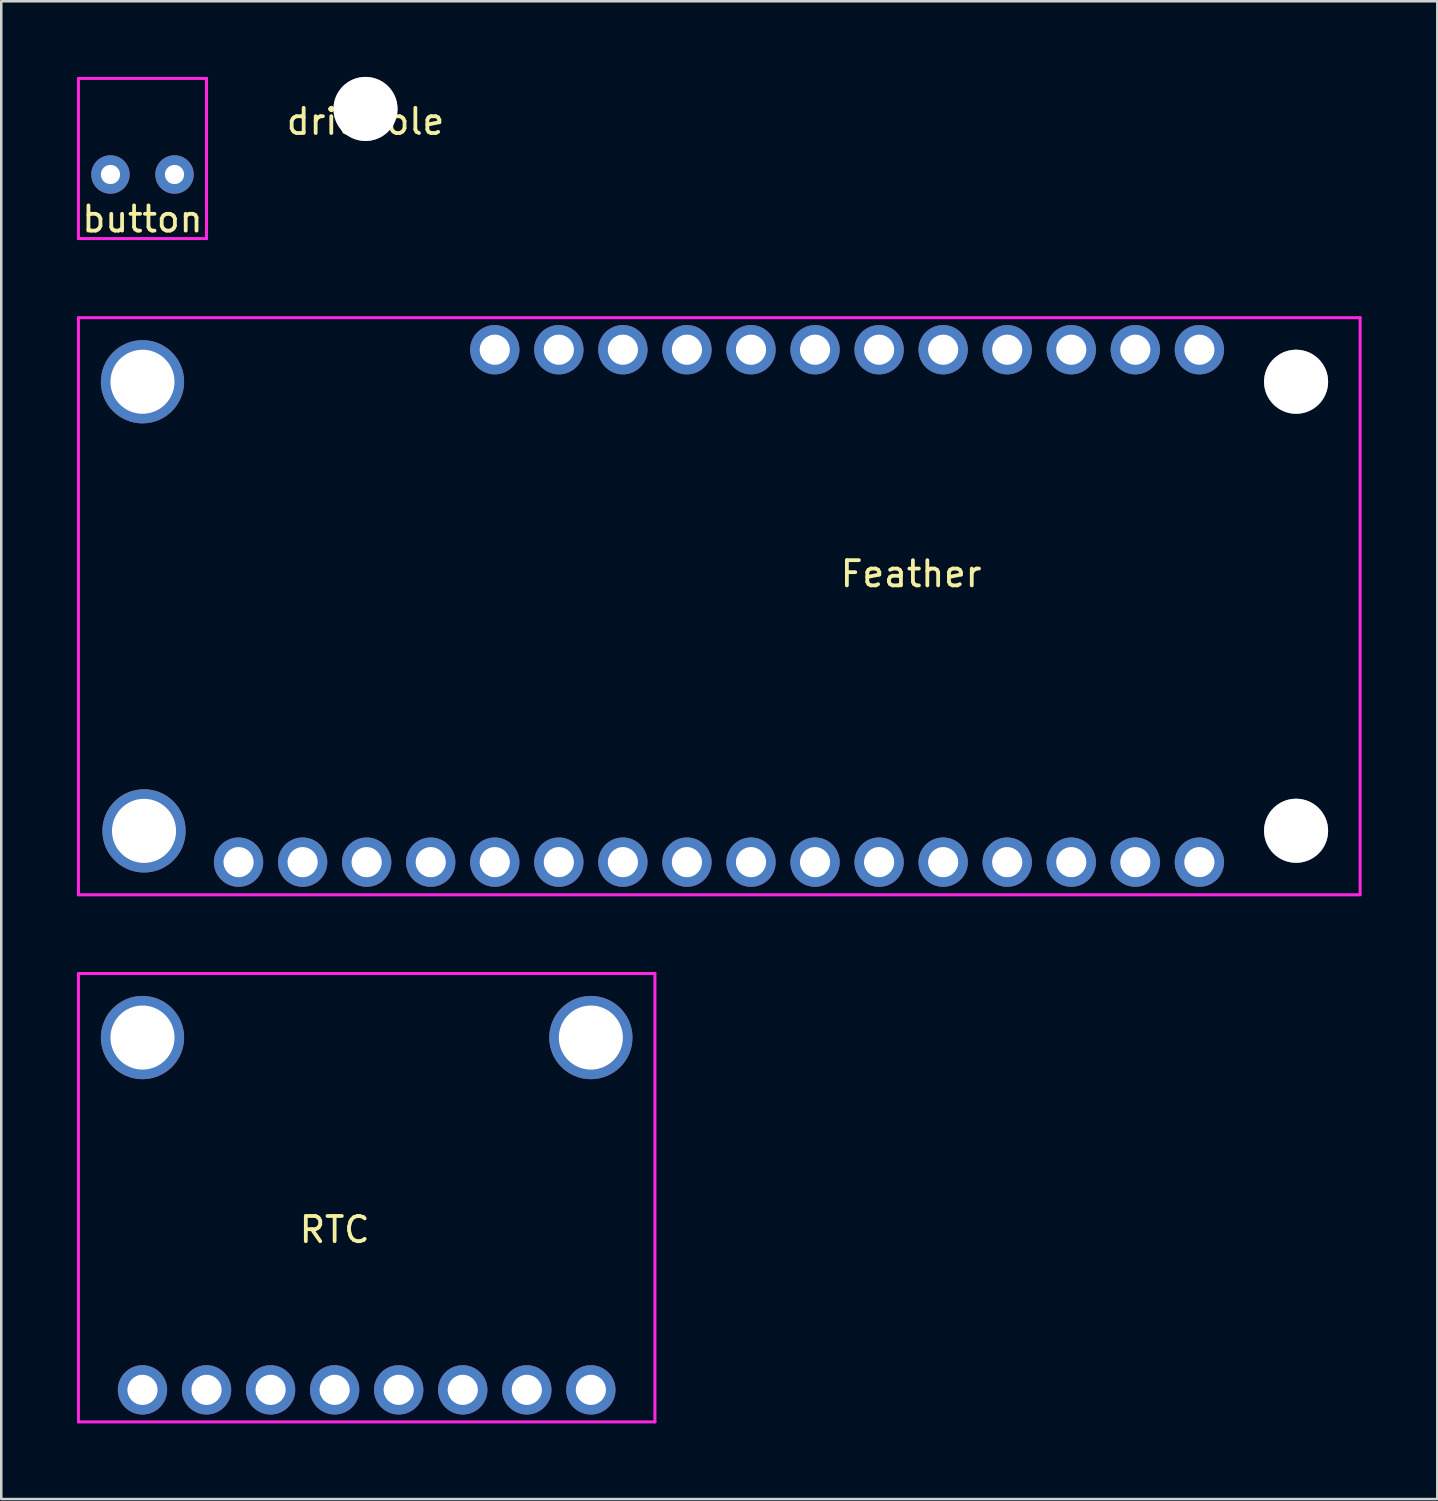
<source format=kicad_pcb>
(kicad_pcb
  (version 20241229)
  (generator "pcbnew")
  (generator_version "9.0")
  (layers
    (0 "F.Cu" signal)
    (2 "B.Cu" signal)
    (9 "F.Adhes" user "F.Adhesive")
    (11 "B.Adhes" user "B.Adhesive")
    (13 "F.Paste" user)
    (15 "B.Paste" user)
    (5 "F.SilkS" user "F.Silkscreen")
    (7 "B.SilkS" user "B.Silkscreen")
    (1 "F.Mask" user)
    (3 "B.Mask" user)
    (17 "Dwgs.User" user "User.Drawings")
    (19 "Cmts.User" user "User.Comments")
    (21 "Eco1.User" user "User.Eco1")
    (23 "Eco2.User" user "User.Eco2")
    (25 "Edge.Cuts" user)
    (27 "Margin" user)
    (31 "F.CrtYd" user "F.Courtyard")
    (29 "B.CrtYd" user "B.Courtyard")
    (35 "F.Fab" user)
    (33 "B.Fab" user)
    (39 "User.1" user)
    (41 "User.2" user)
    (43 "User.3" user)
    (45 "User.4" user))
  (footprint "Feather"
    (layer "F.Cu")
    (at 2.6 12.088)
    (property "Reference" "Feather" (at 30.48 7.62 180) (layer "F.SilkS") (effects (font (size 1 1) (thickness 0.15))))
    (attr through_hole)
    (fp_line (start -2.54 -2.54) (end 48.285 -2.54) (stroke (width 0.12) (type solid)) (layer "F.CrtYd"))
    (fp_line (start -2.54 20.345) (end -2.54 -2.54) (stroke (width 0.12) (type solid)) (layer "F.CrtYd"))
    (fp_line (start 48.285 -2.54) (end 48.285 20.32) (stroke (width 0.12) (type solid)) (layer "F.CrtYd"))
    (fp_line (start 48.285 20.345) (end -2.54 20.345) (stroke (width 0.12) (type solid)) (layer "F.CrtYd"))
    (pad "" thru_hole circle (at 0 0) (size 3.302 3.302) (drill 2.54) (layers "*.Cu" "*.Mask"))
    (pad "" thru_hole circle (at 0.061 17.81) (size 3.302 3.302) (drill 2.54) (layers "*.Cu" "*.Mask"))
    (pad "" thru_hole circle (at 45.745 0) (size 2.54 2.54) (drill 2.54) (layers "*.Cu" "*.Mask"))
    (pad "" thru_hole circle (at 45.745 17.805) (size 2.54 2.54) (drill 2.54) (layers "*.Cu" "*.Mask"))
    (pad "+3V3" thru_hole circle (at 6.35 19.05) (size 1.956 1.956) (drill 1.194) (layers "*.Cu" "*.Mask"))
    (pad "0" thru_hole circle (at 36.83 19.05) (size 1.956 1.956) (drill 1.194) (layers "*.Cu" "*.Mask"))
    (pad "1" thru_hole circle (at 39.37 19.05) (size 1.956 1.956) (drill 1.194) (layers "*.Cu" "*.Mask"))
    (pad "2" thru_hole circle (at 41.91 -1.27) (size 1.956 1.956) (drill 1.194) (layers "*.Cu" "*.Mask"))
    (pad "3" thru_hole circle (at 39.37 -1.27) (size 1.956 1.956) (drill 1.194) (layers "*.Cu" "*.Mask"))
    (pad "5" thru_hole circle (at 36.83 -1.27) (size 1.956 1.956) (drill 1.194) (layers "*.Cu" "*.Mask"))
    (pad "6" thru_hole circle (at 34.29 -1.27) (size 1.956 1.956) (drill 1.194) (layers "*.Cu" "*.Mask"))
    (pad "9" thru_hole circle (at 31.75 -1.27) (size 1.956 1.956) (drill 1.194) (layers "*.Cu" "*.Mask"))
    (pad "10" thru_hole circle (at 29.21 -1.27) (size 1.956 1.956) (drill 1.194) (layers "*.Cu" "*.Mask"))
    (pad "11" thru_hole circle (at 26.67 -1.27) (size 1.956 1.956) (drill 1.194) (layers "*.Cu" "*.Mask"))
    (pad "12" thru_hole circle (at 24.13 -1.27) (size 1.956 1.956) (drill 1.194) (layers "*.Cu" "*.Mask"))
    (pad "13" thru_hole circle (at 21.59 -1.27) (size 1.956 1.956) (drill 1.194) (layers "*.Cu" "*.Mask"))
    (pad "A0" thru_hole circle (at 13.97 19.05) (size 1.956 1.956) (drill 1.194) (layers "*.Cu" "*.Mask"))
    (pad "A1" thru_hole circle (at 16.51 19.05) (size 1.956 1.956) (drill 1.194) (layers "*.Cu" "*.Mask"))
    (pad "A2" thru_hole circle (at 19.05 19.05) (size 1.956 1.956) (drill 1.194) (layers "*.Cu" "*.Mask"))
    (pad "A3" thru_hole circle (at 21.59 19.05) (size 1.956 1.956) (drill 1.194) (layers "*.Cu" "*.Mask"))
    (pad "A4" thru_hole circle (at 24.13 19.05) (size 1.956 1.956) (drill 1.194) (layers "*.Cu" "*.Mask"))
    (pad "A5" thru_hole circle (at 26.67 19.05) (size 1.956 1.956) (drill 1.194) (layers "*.Cu" "*.Mask"))
    (pad "AREF" thru_hole circle (at 8.89 19.05) (size 1.956 1.956) (drill 1.194) (layers "*.Cu" "*.Mask"))
    (pad "EN" thru_hole circle (at 16.51 -1.27) (size 1.956 1.956) (drill 1.194) (layers "*.Cu" "*.Mask"))
    (pad "GND" thru_hole circle (at 11.43 19.05) (size 1.956 1.956) (drill 1.194) (layers "*.Cu" "*.Mask"))
    (pad "GND2" thru_hole circle (at 41.91 19.05) (size 1.956 1.956) (drill 1.194) (layers "*.Cu" "*.Mask"))
    (pad "MISO" thru_hole circle (at 34.29 19.05) (size 1.956 1.956) (drill 1.194) (layers "*.Cu" "*.Mask"))
    (pad "MOSI" thru_hole circle (at 31.75 19.05) (size 1.956 1.956) (drill 1.194) (layers "*.Cu" "*.Mask"))
    (pad "RST" thru_hole circle (at 3.81 19.05) (size 1.956 1.956) (drill 1.194) (layers "*.Cu" "*.Mask"))
    (pad "SCK" thru_hole circle (at 29.21 19.05) (size 1.956 1.956) (drill 1.194) (layers "*.Cu" "*.Mask"))
    (pad "VBAT" thru_hole circle (at 13.97 -1.27) (size 1.956 1.956) (drill 1.194) (layers "*.Cu" "*.Mask"))
    (pad "VBUS" thru_hole circle (at 19.05 -1.27) (size 1.956 1.956) (drill 1.194) (layers "*.Cu" "*.Mask")))
  (footprint "drillhole"
    (layer "F.Cu")
    (at 11.444 1.27)
    (property "Reference" "drillhole" (at 0 0.5 0) (layer "F.SilkS") (effects (font (size 1 1) (thickness 0.15))))
    (attr through_hole)
    (pad "" thru_hole circle (at 0 0) (size 2.54 2.54) (drill 2.54) (layers "*.Cu" "*.Mask")))
  (footprint "button"
    (layer "F.Cu")
    (at 2.6 5.14)
    (property "Reference" "button" (at 0 0.5 0) (layer "F.SilkS") (effects (font (size 1 1) (thickness 0.15))))
    (attr through_hole)
    (fp_line (start -2.54 -5.08) (end -2.54 1.27) (stroke (width 0.12) (type solid)) (layer "F.CrtYd"))
    (fp_line (start -2.54 1.27) (end 2.54 1.27) (stroke (width 0.12) (type solid)) (layer "F.CrtYd"))
    (fp_line (start 2.54 -5.08) (end -2.54 -5.08) (stroke (width 0.12) (type solid)) (layer "F.CrtYd"))
    (fp_line (start 2.54 1.27) (end 2.54 -5.08) (stroke (width 0.12) (type solid)) (layer "F.CrtYd"))
    (pad "2" thru_hole circle (at -1.27 -1.27) (size 1.524 1.524) (drill 0.762) (layers "*.Cu" "*.Mask"))
    (pad "3" thru_hole circle (at 1.27 -1.27) (size 1.524 1.524) (drill 0.762) (layers "*.Cu" "*.Mask")))
  (footprint "RTC"
    (layer "F.Cu")
    (at 10.22 45.714)
    (property "Reference" "RTC" (at 0 0 0) (layer "F.SilkS") (effects (font (size 1 1) (thickness 0.15))))
    (attr through_hole)
    (fp_line (start -10.16 -10.16) (end 12.7 -10.16) (stroke (width 0.12) (type solid)) (layer "F.CrtYd"))
    (fp_line (start -10.16 7.62) (end -10.16 -10.16) (stroke (width 0.12) (type solid)) (layer "F.CrtYd"))
    (fp_line (start 12.7 -10.16) (end 12.7 7.62) (stroke (width 0.12) (type solid)) (layer "F.CrtYd"))
    (fp_line (start 12.7 7.62) (end -10.16 7.62) (stroke (width 0.12) (type solid)) (layer "F.CrtYd"))
    (pad "" thru_hole circle (at -7.62 -7.62) (size 3.302 3.302) (drill 2.54) (layers "*.Cu" "*.Mask"))
    (pad "" thru_hole circle (at 10.16 -7.62) (size 3.302 3.302) (drill 2.54) (layers "*.Cu" "*.Mask"))
    (pad "32K" thru_hole circle (at 5.08 6.35) (size 1.956 1.956) (drill 1.194) (layers "*.Cu" "*.Mask"))
    (pad "BAT" thru_hole circle (at 2.54 6.35) (size 1.956 1.956) (drill 1.194) (layers "*.Cu" "*.Mask"))
    (pad "GND" thru_hole circle (at -5.08 6.35) (size 1.956 1.956) (drill 1.194) (layers "*.Cu" "*.Mask"))
    (pad "SCL" thru_hole circle (at -2.54 6.35) (size 1.956 1.956) (drill 1.194) (layers "*.Cu" "*.Mask"))
    (pad "SDA" thru_hole circle (at 0 6.35) (size 1.956 1.956) (drill 1.194) (layers "*.Cu" "*.Mask"))
    (pad "SQW" thru_hole circle (at 7.62 6.35) (size 1.956 1.956) (drill 1.194) (layers "*.Cu" "*.Mask"))
    (pad "VIN" thru_hole circle (at -7.62 6.35) (size 1.956 1.956) (drill 1.194) (layers "*.Cu" "*.Mask"))
    (pad "~RST" thru_hole circle (at 10.16 6.35) (size 1.956 1.956) (drill 1.194) (layers "*.Cu" "*.Mask")))
  (gr_rect
    (start -3 -3)
    (end 53.945 56.394)
    (stroke (width 0.1) (type default))
    (fill no)
    (layer "Edge.Cuts")))
</source>
